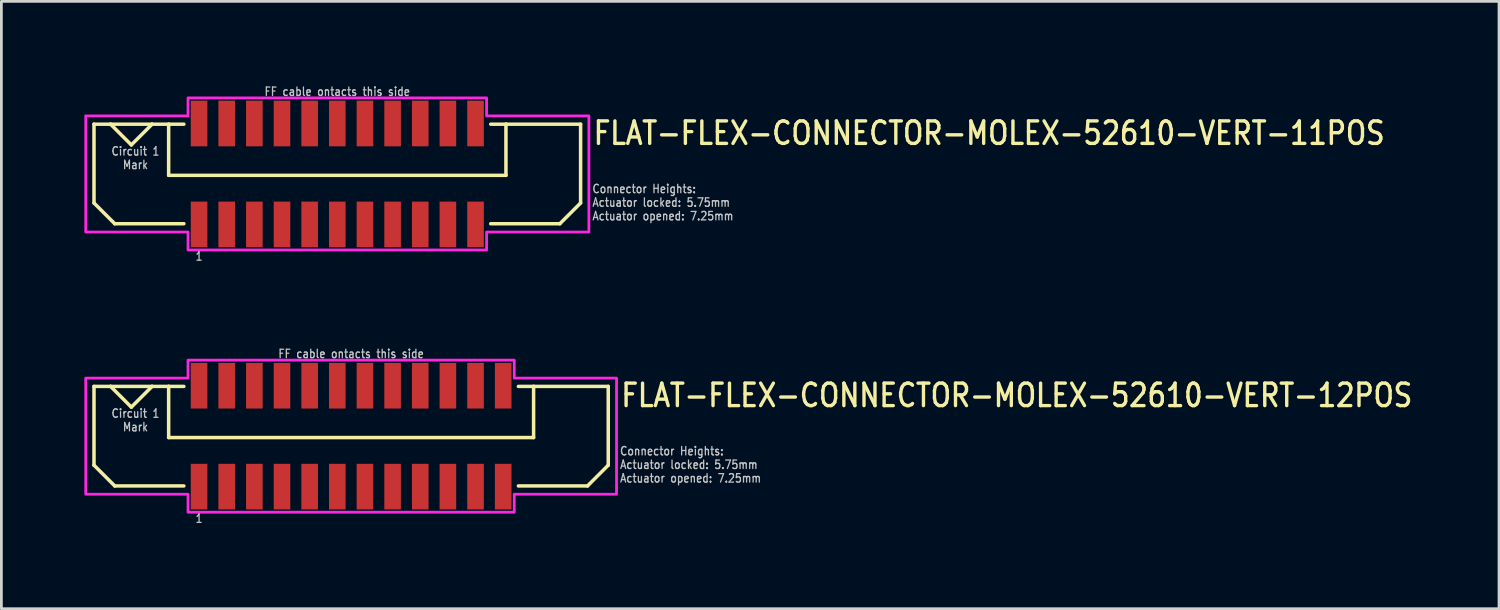
<source format=kicad_pcb>
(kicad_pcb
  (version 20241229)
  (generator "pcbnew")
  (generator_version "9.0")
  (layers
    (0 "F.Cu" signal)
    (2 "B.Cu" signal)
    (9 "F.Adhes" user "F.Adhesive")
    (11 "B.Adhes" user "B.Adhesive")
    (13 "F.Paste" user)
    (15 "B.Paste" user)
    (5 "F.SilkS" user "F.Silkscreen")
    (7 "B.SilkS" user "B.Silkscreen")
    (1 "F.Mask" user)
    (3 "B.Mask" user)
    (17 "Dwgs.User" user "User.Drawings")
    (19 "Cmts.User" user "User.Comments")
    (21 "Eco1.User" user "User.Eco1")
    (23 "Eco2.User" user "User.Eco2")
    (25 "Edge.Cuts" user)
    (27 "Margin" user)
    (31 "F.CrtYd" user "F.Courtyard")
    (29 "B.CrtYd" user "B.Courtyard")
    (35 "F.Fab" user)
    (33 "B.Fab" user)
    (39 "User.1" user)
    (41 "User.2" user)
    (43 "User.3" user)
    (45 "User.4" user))
  (footprint "FLAT-FLEX-CONNECTOR-MOLEX-52610-VERT-11POS"
    (layer "F.Cu")
    (at 9.15 3.242)
    (property "Reference" "FLAT-FLEX-CONNECTOR-MOLEX-52610-VERT-11POS" (at 9.2 -1 0) (unlocked yes) (layer "F.SilkS") (effects (font (size 0.813 0.695) (thickness 0.122)) (justify left bottom)))
    (fp_line (start -8.8 -1.8) (end -8.8 1.05) (stroke (width 0.127) (type solid)) (layer "F.SilkS"))
    (fp_line (start -8.8 1.05) (end -8.05 1.8) (stroke (width 0.127) (type solid)) (layer "F.SilkS"))
    (fp_line (start -8.2 -1.8) (end -8.8 -1.8) (stroke (width 0.127) (type solid)) (layer "F.SilkS"))
    (fp_line (start -8.2 -1.8) (end -7.45 -1.05) (stroke (width 0.127) (type solid)) (layer "F.SilkS"))
    (fp_line (start -8.05 1.8) (end -5.55 1.8) (stroke (width 0.127) (type solid)) (layer "F.SilkS"))
    (fp_line (start -7.45 -1.05) (end -6.7 -1.8) (stroke (width 0.127) (type solid)) (layer "F.SilkS"))
    (fp_line (start -6.7 -1.8) (end -8.2 -1.8) (stroke (width 0.127) (type solid)) (layer "F.SilkS"))
    (fp_line (start -6.1 -1.8) (end -6.7 -1.8) (stroke (width 0.127) (type solid)) (layer "F.SilkS"))
    (fp_line (start -6.1 -1.8) (end -6.1 0.05) (stroke (width 0.127) (type solid)) (layer "F.SilkS"))
    (fp_line (start -6.1 0.05) (end 6.1 0.05) (stroke (width 0.127) (type solid)) (layer "F.SilkS"))
    (fp_line (start -5.55 -1.8) (end -6.1 -1.8) (stroke (width 0.127) (type solid)) (layer "F.SilkS"))
    (fp_line (start 5.55 -1.8) (end 6.1 -1.8) (stroke (width 0.127) (type solid)) (layer "F.SilkS"))
    (fp_line (start 6.1 -1.8) (end 8.8 -1.8) (stroke (width 0.127) (type solid)) (layer "F.SilkS"))
    (fp_line (start 6.1 0.05) (end 6.1 -1.8) (stroke (width 0.127) (type solid)) (layer "F.SilkS"))
    (fp_line (start 8.05 1.8) (end 5.55 1.8) (stroke (width 0.127) (type solid)) (layer "F.SilkS"))
    (fp_line (start 8.8 -1.8) (end 8.8 1.05) (stroke (width 0.127) (type solid)) (layer "F.SilkS"))
    (fp_line (start 8.8 1.05) (end 8.05 1.8) (stroke (width 0.127) (type solid)) (layer "F.SilkS"))
    (fp_poly (pts (xy -9.1 -2.1) (xy -5.4 -2.1) (xy -5.4 -2.75) (xy 5.4 -2.75) (xy 5.4 -2.1) (xy 9.1 -2.1) (xy 9.1 2.1) (xy 5.4 2.1) (xy 5.4 2.75) (xy -5.4 2.75) (xy -5.4 2.1) (xy -9.1 2.1)) (stroke (width 0.1) (type solid)) (fill no) (layer "F.CrtYd"))
    (fp_text user "Connector Heights:\nActuator locked: 5.75mm\nActuator opened: 7.25mm" (at 9.2 1.7 0) (unlocked yes) (layer "Dwgs.User") (effects (font (size 0.305 0.261) (thickness 0.046)) (justify left bottom)))
    (fp_text user "1" (at -5 2.8 0) (unlocked yes) (layer "Dwgs.User") (effects (font (size 0.305 0.261) (thickness 0.046)) (justify top)))
    (fp_text user "FF cable ontacts this side" (at 0 -2.8 0) (unlocked yes) (layer "Dwgs.User") (effects (font (size 0.305 0.261) (thickness 0.046)) (justify bottom)))
    (fp_text user "Circuit 1\nMark" (at -7.3 -1 0) (unlocked yes) (layer "Dwgs.User") (effects (font (size 0.305 0.261) (thickness 0.046)) (justify top)))
    (pad "PC1" smd rect (at -5 -1.825) (size 0.6 1.65) (layers "F.Cu" "F.Mask" "F.Paste"))
    (pad "PC2" smd rect (at -4 -1.825) (size 0.6 1.65) (layers "F.Cu" "F.Mask" "F.Paste"))
    (pad "PC3" smd rect (at -3 -1.825) (size 0.6 1.65) (layers "F.Cu" "F.Mask" "F.Paste"))
    (pad "PC4" smd rect (at -2 -1.825) (size 0.6 1.65) (layers "F.Cu" "F.Mask" "F.Paste"))
    (pad "PC5" smd rect (at -1 -1.825) (size 0.6 1.65) (layers "F.Cu" "F.Mask" "F.Paste"))
    (pad "PC6" smd rect (at 0 -1.825) (size 0.6 1.65) (layers "F.Cu" "F.Mask" "F.Paste"))
    (pad "PC7" smd rect (at 1 -1.825) (size 0.6 1.65) (layers "F.Cu" "F.Mask" "F.Paste"))
    (pad "PC8" smd rect (at 2 -1.825) (size 0.6 1.65) (layers "F.Cu" "F.Mask" "F.Paste"))
    (pad "PC9" smd rect (at 3 -1.825) (size 0.6 1.65) (layers "F.Cu" "F.Mask" "F.Paste"))
    (pad "PC10" smd rect (at 4 -1.825) (size 0.6 1.65) (layers "F.Cu" "F.Mask" "F.Paste"))
    (pad "PC11" smd rect (at 5 -1.825) (size 0.6 1.65) (layers "F.Cu" "F.Mask" "F.Paste"))
    (pad "PS1" smd rect (at -5 1.825) (size 0.6 1.65) (layers "F.Cu" "F.Mask" "F.Paste"))
    (pad "PS2" smd rect (at -4 1.825) (size 0.6 1.65) (layers "F.Cu" "F.Mask" "F.Paste"))
    (pad "PS3" smd rect (at -3 1.825) (size 0.6 1.65) (layers "F.Cu" "F.Mask" "F.Paste"))
    (pad "PS4" smd rect (at -2 1.825) (size 0.6 1.65) (layers "F.Cu" "F.Mask" "F.Paste"))
    (pad "PS5" smd rect (at -1 1.825) (size 0.6 1.65) (layers "F.Cu" "F.Mask" "F.Paste"))
    (pad "PS6" smd rect (at 0 1.825) (size 0.6 1.65) (layers "F.Cu" "F.Mask" "F.Paste"))
    (pad "PS7" smd rect (at 1 1.825) (size 0.6 1.65) (layers "F.Cu" "F.Mask" "F.Paste"))
    (pad "PS8" smd rect (at 2 1.825) (size 0.6 1.65) (layers "F.Cu" "F.Mask" "F.Paste"))
    (pad "PS9" smd rect (at 3 1.825) (size 0.6 1.65) (layers "F.Cu" "F.Mask" "F.Paste"))
    (pad "PS10" smd rect (at 4 1.825) (size 0.6 1.65) (layers "F.Cu" "F.Mask" "F.Paste"))
    (pad "PS11" smd rect (at 5 1.825) (size 0.6 1.65) (layers "F.Cu" "F.Mask" "F.Paste")))
  (footprint "FLAT-FLEX-CONNECTOR-MOLEX-52610-VERT-12POS"
    (layer "F.Cu")
    (at 9.65 12.726)
    (property "Reference" "FLAT-FLEX-CONNECTOR-MOLEX-52610-VERT-12POS" (at 9.7 -1 0) (unlocked yes) (layer "F.SilkS") (effects (font (size 0.813 0.695) (thickness 0.122)) (justify left bottom)))
    (fp_line (start -9.3 -1.8) (end -9.3 1.05) (stroke (width 0.127) (type solid)) (layer "F.SilkS"))
    (fp_line (start -9.3 1.05) (end -8.55 1.8) (stroke (width 0.127) (type solid)) (layer "F.SilkS"))
    (fp_line (start -8.7 -1.8) (end -9.3 -1.8) (stroke (width 0.127) (type solid)) (layer "F.SilkS"))
    (fp_line (start -8.7 -1.8) (end -7.95 -1.05) (stroke (width 0.127) (type solid)) (layer "F.SilkS"))
    (fp_line (start -8.55 1.8) (end -6.05 1.8) (stroke (width 0.127) (type solid)) (layer "F.SilkS"))
    (fp_line (start -7.95 -1.05) (end -7.2 -1.8) (stroke (width 0.127) (type solid)) (layer "F.SilkS"))
    (fp_line (start -7.2 -1.8) (end -8.7 -1.8) (stroke (width 0.127) (type solid)) (layer "F.SilkS"))
    (fp_line (start -6.6 -1.8) (end -7.2 -1.8) (stroke (width 0.127) (type solid)) (layer "F.SilkS"))
    (fp_line (start -6.6 -1.8) (end -6.6 0.05) (stroke (width 0.127) (type solid)) (layer "F.SilkS"))
    (fp_line (start -6.6 0.05) (end 6.6 0.05) (stroke (width 0.127) (type solid)) (layer "F.SilkS"))
    (fp_line (start -6.05 -1.8) (end -6.6 -1.8) (stroke (width 0.127) (type solid)) (layer "F.SilkS"))
    (fp_line (start 6.05 -1.8) (end 6.6 -1.8) (stroke (width 0.127) (type solid)) (layer "F.SilkS"))
    (fp_line (start 6.6 -1.8) (end 9.3 -1.8) (stroke (width 0.127) (type solid)) (layer "F.SilkS"))
    (fp_line (start 6.6 0.05) (end 6.6 -1.8) (stroke (width 0.127) (type solid)) (layer "F.SilkS"))
    (fp_line (start 8.55 1.8) (end 6.05 1.8) (stroke (width 0.127) (type solid)) (layer "F.SilkS"))
    (fp_line (start 9.3 -1.8) (end 9.3 1.05) (stroke (width 0.127) (type solid)) (layer "F.SilkS"))
    (fp_line (start 9.3 1.05) (end 8.55 1.8) (stroke (width 0.127) (type solid)) (layer "F.SilkS"))
    (fp_poly (pts (xy -9.6 -2.1) (xy -5.9 -2.1) (xy -5.9 -2.75) (xy 5.9 -2.75) (xy 5.9 -2.1) (xy 9.6 -2.1) (xy 9.6 2.1) (xy 5.9 2.1) (xy 5.9 2.75) (xy -5.9 2.75) (xy -5.9 2.1) (xy -9.6 2.1)) (stroke (width 0.1) (type solid)) (fill no) (layer "F.CrtYd"))
    (fp_text user "1" (at -5.5 2.8 0) (unlocked yes) (layer "Dwgs.User") (effects (font (size 0.305 0.261) (thickness 0.046)) (justify top)))
    (fp_text user "Connector Heights:\nActuator locked: 5.75mm\nActuator opened: 7.25mm" (at 9.7 1.7 0) (unlocked yes) (layer "Dwgs.User") (effects (font (size 0.305 0.261) (thickness 0.046)) (justify left bottom)))
    (fp_text user "Circuit 1\nMark" (at -7.8 -1 0) (unlocked yes) (layer "Dwgs.User") (effects (font (size 0.305 0.261) (thickness 0.046)) (justify top)))
    (fp_text user "FF cable ontacts this side" (at 0 -2.8 0) (unlocked yes) (layer "Dwgs.User") (effects (font (size 0.305 0.261) (thickness 0.046)) (justify bottom)))
    (pad "PC1" smd rect (at -5.5 -1.825) (size 0.6 1.65) (layers "F.Cu" "F.Mask" "F.Paste"))
    (pad "PC2" smd rect (at -4.5 -1.825) (size 0.6 1.65) (layers "F.Cu" "F.Mask" "F.Paste"))
    (pad "PC3" smd rect (at -3.5 -1.825) (size 0.6 1.65) (layers "F.Cu" "F.Mask" "F.Paste"))
    (pad "PC4" smd rect (at -2.5 -1.825) (size 0.6 1.65) (layers "F.Cu" "F.Mask" "F.Paste"))
    (pad "PC5" smd rect (at -1.5 -1.825) (size 0.6 1.65) (layers "F.Cu" "F.Mask" "F.Paste"))
    (pad "PC6" smd rect (at -0.5 -1.825) (size 0.6 1.65) (layers "F.Cu" "F.Mask" "F.Paste"))
    (pad "PC7" smd rect (at 0.5 -1.825) (size 0.6 1.65) (layers "F.Cu" "F.Mask" "F.Paste"))
    (pad "PC8" smd rect (at 1.5 -1.825) (size 0.6 1.65) (layers "F.Cu" "F.Mask" "F.Paste"))
    (pad "PC9" smd rect (at 2.5 -1.825) (size 0.6 1.65) (layers "F.Cu" "F.Mask" "F.Paste"))
    (pad "PC10" smd rect (at 3.5 -1.825) (size 0.6 1.65) (layers "F.Cu" "F.Mask" "F.Paste"))
    (pad "PC11" smd rect (at 4.5 -1.825) (size 0.6 1.65) (layers "F.Cu" "F.Mask" "F.Paste"))
    (pad "PC12" smd rect (at 5.5 -1.825) (size 0.6 1.65) (layers "F.Cu" "F.Mask" "F.Paste"))
    (pad "PS1" smd rect (at -5.5 1.825) (size 0.6 1.65) (layers "F.Cu" "F.Mask" "F.Paste"))
    (pad "PS2" smd rect (at -4.5 1.825) (size 0.6 1.65) (layers "F.Cu" "F.Mask" "F.Paste"))
    (pad "PS3" smd rect (at -3.5 1.825) (size 0.6 1.65) (layers "F.Cu" "F.Mask" "F.Paste"))
    (pad "PS4" smd rect (at -2.5 1.825) (size 0.6 1.65) (layers "F.Cu" "F.Mask" "F.Paste"))
    (pad "PS5" smd rect (at -1.5 1.825) (size 0.6 1.65) (layers "F.Cu" "F.Mask" "F.Paste"))
    (pad "PS6" smd rect (at -0.5 1.825) (size 0.6 1.65) (layers "F.Cu" "F.Mask" "F.Paste"))
    (pad "PS7" smd rect (at 0.5 1.825) (size 0.6 1.65) (layers "F.Cu" "F.Mask" "F.Paste"))
    (pad "PS8" smd rect (at 1.5 1.825) (size 0.6 1.65) (layers "F.Cu" "F.Mask" "F.Paste"))
    (pad "PS9" smd rect (at 2.5 1.825) (size 0.6 1.65) (layers "F.Cu" "F.Mask" "F.Paste"))
    (pad "PS10" smd rect (at 3.5 1.825) (size 0.6 1.65) (layers "F.Cu" "F.Mask" "F.Paste"))
    (pad "PS11" smd rect (at 4.5 1.825) (size 0.6 1.65) (layers "F.Cu" "F.Mask" "F.Paste"))
    (pad "PS12" smd rect (at 5.5 1.825) (size 0.6 1.65) (layers "F.Cu" "F.Mask" "F.Paste")))
  (gr_rect
    (start -3 -3)
    (end 51.169 18.968)
    (stroke (width 0.1) (type default))
    (fill no)
    (layer "Edge.Cuts")))
</source>
